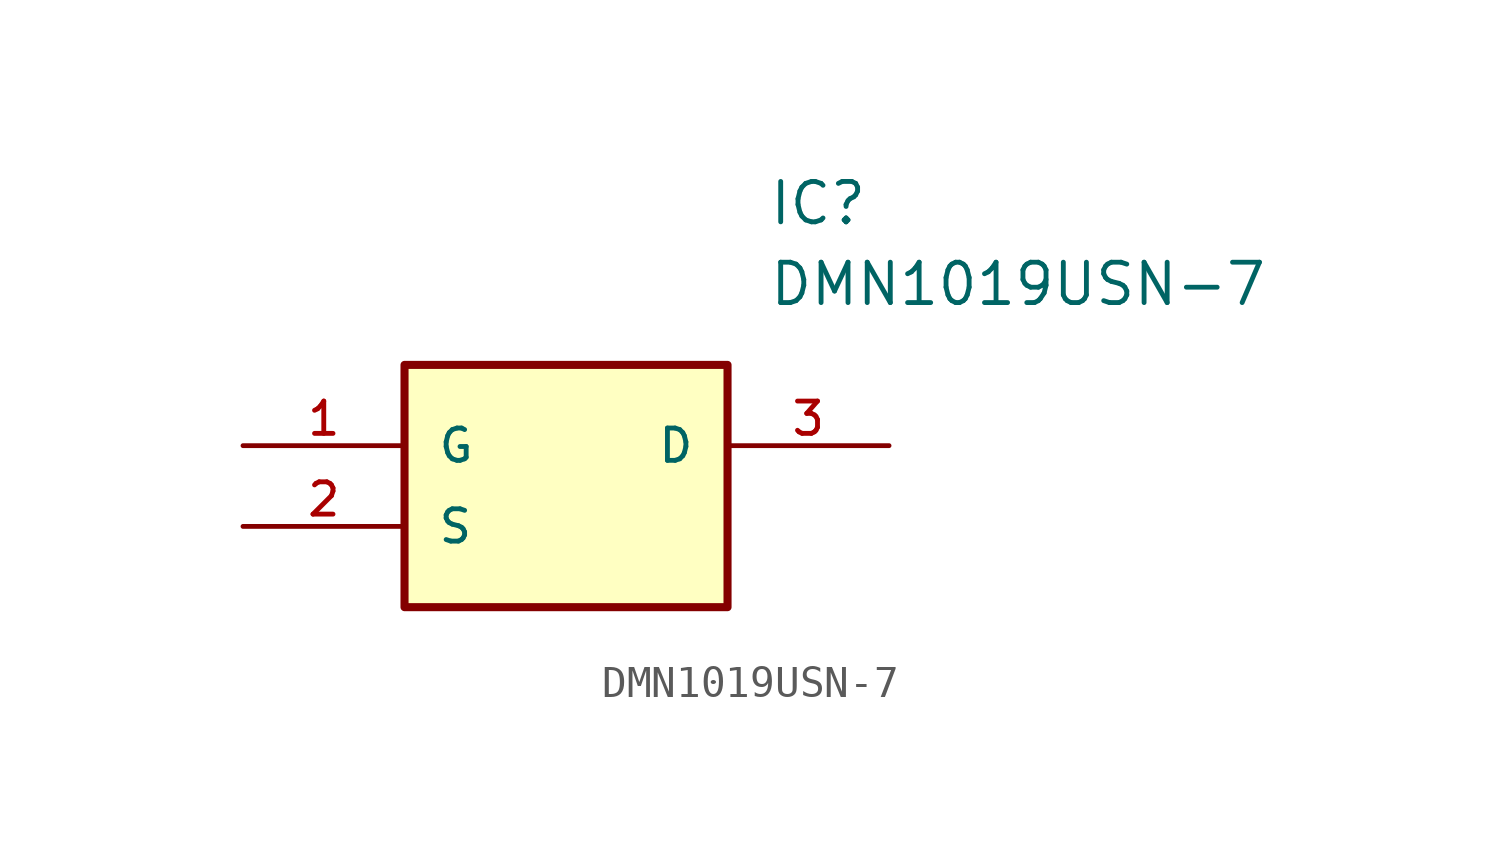
<source format=kicad_sym>
(kicad_symbol_lib
  (version 20211014)
  (generator kicad_symbol_editor)
  (symbol "DMN1019USN-7"
    (pin_names
      (offset 1.016))
    (property "Reference" "IC"
      (at 16.51 7.62 0)
      (effects (font (size 1.27 1.27)) (justify left)))
    (property "Value" "DMN1019USN-7"
      (at 16.51 5.08 0)
      (effects (font (size 1.27 1.27)) (justify left)))
    (symbol "DMN1019USN-7_0_0"
      (rectangle (start 5.08 -5.08) (end 15.24 2.54) (stroke (width 0.254)) (fill (type background)))
      (pin bidirectional line (at 0.0 0.0 0) (length 5.08) (name "G" (effects (font (size 1.016 1.016)))) (number "1" (effects (font (size 1.016 1.016)))))
      (pin bidirectional line (at 0.0 -2.54 0) (length 5.08) (name "S" (effects (font (size 1.016 1.016)))) (number "2" (effects (font (size 1.016 1.016)))))
      (pin bidirectional line (at 20.32 0.0 180.0) (length 5.08) (name "D" (effects (font (size 1.016 1.016)))) (number "3" (effects (font (size 1.016 1.016))))))))
</source>
